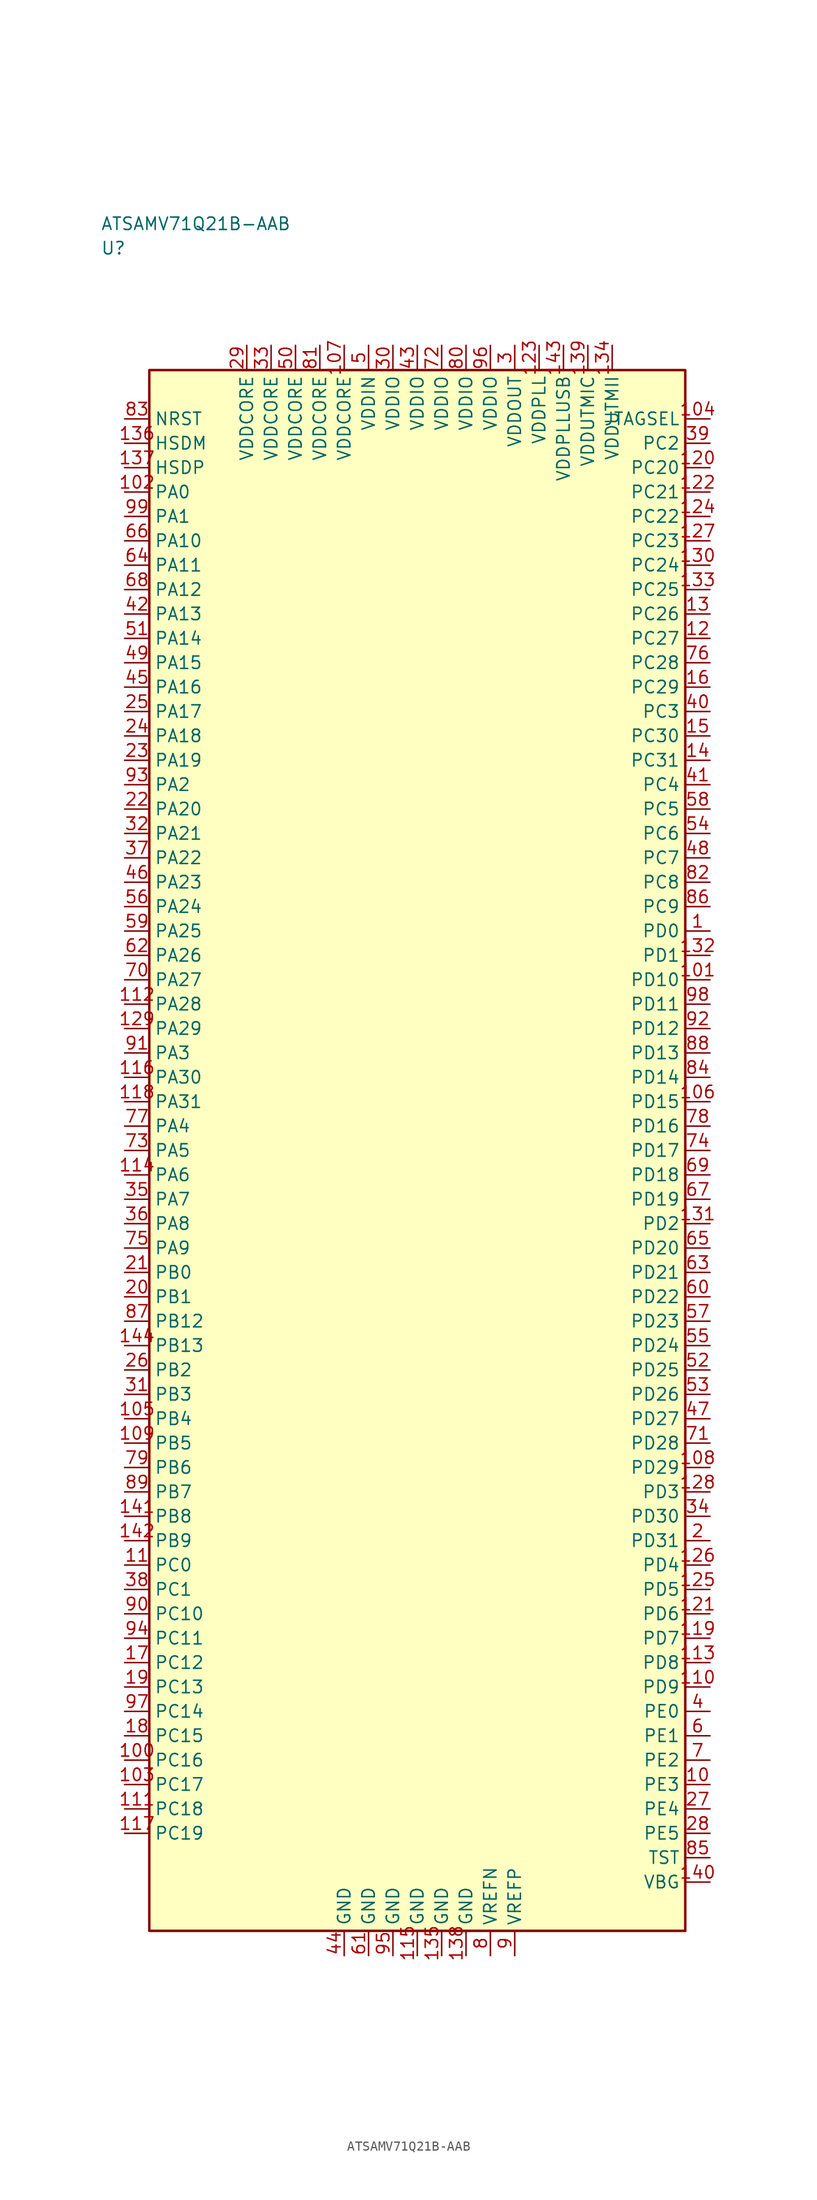
<source format=kicad_sym>
(kicad_symbol_lib
  (version 20241025)
  (generator "kicad_symbol_editor")
  (generator_version "8.0")
  (symbol "ATSAMV71Q21B-AAB"
    (property "Reference" "U"
      (at -32.5 92.5 0)
      (effects (font (size 1.27 1.27)) (justify left)))
    (property "Value" "ATSAMV71Q21B-AAB"
      (at -32.5 95.0 0)
      (effects (font (size 1.27 1.27)) (justify left)))
    (symbol "ATSAMV71Q21B-AAB_0_1"
      (rectangle (start -27.5 80.0) (end 27.5 -80.0) (stroke (width 0.254) (type default)) (fill (type background))))
    (symbol "ATSAMV71Q21B-AAB_1_1"
      (pin bidirectional line (at -30.04 67.5 0.0) (length 2.54) (name "PA0" (effects (font (size 1.27 1.27)))) (number "102" (effects (font (size 1.27 1.27)))))
      (pin bidirectional line (at -30.04 65.0 0.0) (length 2.54) (name "PA1" (effects (font (size 1.27 1.27)))) (number "99" (effects (font (size 1.27 1.27)))))
      (pin bidirectional line (at -30.04 37.5 0.0) (length 2.54) (name "PA2" (effects (font (size 1.27 1.27)))) (number "93" (effects (font (size 1.27 1.27)))))
      (pin bidirectional line (at -30.04 10.0 0.0) (length 2.54) (name "PA3" (effects (font (size 1.27 1.27)))) (number "91" (effects (font (size 1.27 1.27)))))
      (pin bidirectional line (at -30.04 2.5 0.0) (length 2.54) (name "PA4" (effects (font (size 1.27 1.27)))) (number "77" (effects (font (size 1.27 1.27)))))
      (pin bidirectional line (at -30.04 0.0 0.0) (length 2.54) (name "PA5" (effects (font (size 1.27 1.27)))) (number "73" (effects (font (size 1.27 1.27)))))
      (pin bidirectional line (at -30.04 -2.5 0.0) (length 2.54) (name "PA6" (effects (font (size 1.27 1.27)))) (number "114" (effects (font (size 1.27 1.27)))))
      (pin bidirectional line (at -30.04 -5.0 0.0) (length 2.54) (name "PA7" (effects (font (size 1.27 1.27)))) (number "35" (effects (font (size 1.27 1.27)))))
      (pin bidirectional line (at -30.04 -7.5 0.0) (length 2.54) (name "PA8" (effects (font (size 1.27 1.27)))) (number "36" (effects (font (size 1.27 1.27)))))
      (pin bidirectional line (at -30.04 -10.0 0.0) (length 2.54) (name "PA9" (effects (font (size 1.27 1.27)))) (number "75" (effects (font (size 1.27 1.27)))))
      (pin bidirectional line (at -30.04 62.5 0.0) (length 2.54) (name "PA10" (effects (font (size 1.27 1.27)))) (number "66" (effects (font (size 1.27 1.27)))))
      (pin bidirectional line (at -30.04 60.0 0.0) (length 2.54) (name "PA11" (effects (font (size 1.27 1.27)))) (number "64" (effects (font (size 1.27 1.27)))))
      (pin bidirectional line (at -30.04 57.5 0.0) (length 2.54) (name "PA12" (effects (font (size 1.27 1.27)))) (number "68" (effects (font (size 1.27 1.27)))))
      (pin bidirectional line (at -30.04 55.0 0.0) (length 2.54) (name "PA13" (effects (font (size 1.27 1.27)))) (number "42" (effects (font (size 1.27 1.27)))))
      (pin bidirectional line (at -30.04 52.5 0.0) (length 2.54) (name "PA14" (effects (font (size 1.27 1.27)))) (number "51" (effects (font (size 1.27 1.27)))))
      (pin bidirectional line (at -30.04 50.0 0.0) (length 2.54) (name "PA15" (effects (font (size 1.27 1.27)))) (number "49" (effects (font (size 1.27 1.27)))))
      (pin bidirectional line (at -30.04 47.5 0.0) (length 2.54) (name "PA16" (effects (font (size 1.27 1.27)))) (number "45" (effects (font (size 1.27 1.27)))))
      (pin bidirectional line (at -30.04 45.0 0.0) (length 2.54) (name "PA17" (effects (font (size 1.27 1.27)))) (number "25" (effects (font (size 1.27 1.27)))))
      (pin bidirectional line (at -30.04 42.5 0.0) (length 2.54) (name "PA18" (effects (font (size 1.27 1.27)))) (number "24" (effects (font (size 1.27 1.27)))))
      (pin bidirectional line (at -30.04 40.0 0.0) (length 2.54) (name "PA19" (effects (font (size 1.27 1.27)))) (number "23" (effects (font (size 1.27 1.27)))))
      (pin bidirectional line (at -30.04 35.0 0.0) (length 2.54) (name "PA20" (effects (font (size 1.27 1.27)))) (number "22" (effects (font (size 1.27 1.27)))))
      (pin bidirectional line (at -30.04 32.5 0.0) (length 2.54) (name "PA21" (effects (font (size 1.27 1.27)))) (number "32" (effects (font (size 1.27 1.27)))))
      (pin bidirectional line (at -30.04 30.0 0.0) (length 2.54) (name "PA22" (effects (font (size 1.27 1.27)))) (number "37" (effects (font (size 1.27 1.27)))))
      (pin bidirectional line (at -30.04 27.5 0.0) (length 2.54) (name "PA23" (effects (font (size 1.27 1.27)))) (number "46" (effects (font (size 1.27 1.27)))))
      (pin bidirectional line (at -30.04 25.0 0.0) (length 2.54) (name "PA24" (effects (font (size 1.27 1.27)))) (number "56" (effects (font (size 1.27 1.27)))))
      (pin bidirectional line (at -30.04 22.5 0.0) (length 2.54) (name "PA25" (effects (font (size 1.27 1.27)))) (number "59" (effects (font (size 1.27 1.27)))))
      (pin bidirectional line (at -30.04 20.0 0.0) (length 2.54) (name "PA26" (effects (font (size 1.27 1.27)))) (number "62" (effects (font (size 1.27 1.27)))))
      (pin bidirectional line (at -30.04 17.5 0.0) (length 2.54) (name "PA27" (effects (font (size 1.27 1.27)))) (number "70" (effects (font (size 1.27 1.27)))))
      (pin bidirectional line (at -30.04 15.0 0.0) (length 2.54) (name "PA28" (effects (font (size 1.27 1.27)))) (number "112" (effects (font (size 1.27 1.27)))))
      (pin bidirectional line (at -30.04 12.5 0.0) (length 2.54) (name "PA29" (effects (font (size 1.27 1.27)))) (number "129" (effects (font (size 1.27 1.27)))))
      (pin bidirectional line (at -30.04 7.5 0.0) (length 2.54) (name "PA30" (effects (font (size 1.27 1.27)))) (number "116" (effects (font (size 1.27 1.27)))))
      (pin bidirectional line (at -30.04 5.0 0.0) (length 2.54) (name "PA31" (effects (font (size 1.27 1.27)))) (number "118" (effects (font (size 1.27 1.27)))))
      (pin bidirectional line (at -30.04 -12.5 0.0) (length 2.54) (name "PB0" (effects (font (size 1.27 1.27)))) (number "21" (effects (font (size 1.27 1.27)))))
      (pin bidirectional line (at -30.04 -15.0 0.0) (length 2.54) (name "PB1" (effects (font (size 1.27 1.27)))) (number "20" (effects (font (size 1.27 1.27)))))
      (pin bidirectional line (at -30.04 -22.5 0.0) (length 2.54) (name "PB2" (effects (font (size 1.27 1.27)))) (number "26" (effects (font (size 1.27 1.27)))))
      (pin bidirectional line (at -30.04 -25.0 0.0) (length 2.54) (name "PB3" (effects (font (size 1.27 1.27)))) (number "31" (effects (font (size 1.27 1.27)))))
      (pin bidirectional line (at -30.04 -27.5 0.0) (length 2.54) (name "PB4" (effects (font (size 1.27 1.27)))) (number "105" (effects (font (size 1.27 1.27)))))
      (pin bidirectional line (at -30.04 -30.0 0.0) (length 2.54) (name "PB5" (effects (font (size 1.27 1.27)))) (number "109" (effects (font (size 1.27 1.27)))))
      (pin bidirectional line (at -30.04 -32.5 0.0) (length 2.54) (name "PB6" (effects (font (size 1.27 1.27)))) (number "79" (effects (font (size 1.27 1.27)))))
      (pin bidirectional line (at -30.04 -35.0 0.0) (length 2.54) (name "PB7" (effects (font (size 1.27 1.27)))) (number "89" (effects (font (size 1.27 1.27)))))
      (pin bidirectional line (at -30.04 -37.5 0.0) (length 2.54) (name "PB8" (effects (font (size 1.27 1.27)))) (number "141" (effects (font (size 1.27 1.27)))))
      (pin bidirectional line (at -30.04 -40.0 0.0) (length 2.54) (name "PB9" (effects (font (size 1.27 1.27)))) (number "142" (effects (font (size 1.27 1.27)))))
      (pin bidirectional line (at -30.04 -17.5 0.0) (length 2.54) (name "PB12" (effects (font (size 1.27 1.27)))) (number "87" (effects (font (size 1.27 1.27)))))
      (pin bidirectional line (at -30.04 -20.0 0.0) (length 2.54) (name "PB13" (effects (font (size 1.27 1.27)))) (number "144" (effects (font (size 1.27 1.27)))))
      (pin bidirectional line (at -30.04 -42.5 0.0) (length 2.54) (name "PC0" (effects (font (size 1.27 1.27)))) (number "11" (effects (font (size 1.27 1.27)))))
      (pin bidirectional line (at -30.04 -45.0 0.0) (length 2.54) (name "PC1" (effects (font (size 1.27 1.27)))) (number "38" (effects (font (size 1.27 1.27)))))
      (pin bidirectional line (at 30.04 72.5 180.0) (length 2.54) (name "PC2" (effects (font (size 1.27 1.27)))) (number "39" (effects (font (size 1.27 1.27)))))
      (pin bidirectional line (at 30.04 45.0 180.0) (length 2.54) (name "PC3" (effects (font (size 1.27 1.27)))) (number "40" (effects (font (size 1.27 1.27)))))
      (pin bidirectional line (at 30.04 37.5 180.0) (length 2.54) (name "PC4" (effects (font (size 1.27 1.27)))) (number "41" (effects (font (size 1.27 1.27)))))
      (pin bidirectional line (at 30.04 35.0 180.0) (length 2.54) (name "PC5" (effects (font (size 1.27 1.27)))) (number "58" (effects (font (size 1.27 1.27)))))
      (pin bidirectional line (at 30.04 32.5 180.0) (length 2.54) (name "PC6" (effects (font (size 1.27 1.27)))) (number "54" (effects (font (size 1.27 1.27)))))
      (pin bidirectional line (at 30.04 30.0 180.0) (length 2.54) (name "PC7" (effects (font (size 1.27 1.27)))) (number "48" (effects (font (size 1.27 1.27)))))
      (pin bidirectional line (at 30.04 27.5 180.0) (length 2.54) (name "PC8" (effects (font (size 1.27 1.27)))) (number "82" (effects (font (size 1.27 1.27)))))
      (pin bidirectional line (at 30.04 25.0 180.0) (length 2.54) (name "PC9" (effects (font (size 1.27 1.27)))) (number "86" (effects (font (size 1.27 1.27)))))
      (pin bidirectional line (at -30.04 -47.5 0.0) (length 2.54) (name "PC10" (effects (font (size 1.27 1.27)))) (number "90" (effects (font (size 1.27 1.27)))))
      (pin bidirectional line (at -30.04 -50.0 0.0) (length 2.54) (name "PC11" (effects (font (size 1.27 1.27)))) (number "94" (effects (font (size 1.27 1.27)))))
      (pin bidirectional line (at -30.04 -52.5 0.0) (length 2.54) (name "PC12" (effects (font (size 1.27 1.27)))) (number "17" (effects (font (size 1.27 1.27)))))
      (pin bidirectional line (at -30.04 -55.0 0.0) (length 2.54) (name "PC13" (effects (font (size 1.27 1.27)))) (number "19" (effects (font (size 1.27 1.27)))))
      (pin bidirectional line (at -30.04 -57.5 0.0) (length 2.54) (name "PC14" (effects (font (size 1.27 1.27)))) (number "97" (effects (font (size 1.27 1.27)))))
      (pin bidirectional line (at -30.04 -60.0 0.0) (length 2.54) (name "PC15" (effects (font (size 1.27 1.27)))) (number "18" (effects (font (size 1.27 1.27)))))
      (pin bidirectional line (at -30.04 -62.5 0.0) (length 2.54) (name "PC16" (effects (font (size 1.27 1.27)))) (number "100" (effects (font (size 1.27 1.27)))))
      (pin bidirectional line (at -30.04 -65.0 0.0) (length 2.54) (name "PC17" (effects (font (size 1.27 1.27)))) (number "103" (effects (font (size 1.27 1.27)))))
      (pin bidirectional line (at -30.04 -67.5 0.0) (length 2.54) (name "PC18" (effects (font (size 1.27 1.27)))) (number "111" (effects (font (size 1.27 1.27)))))
      (pin bidirectional line (at -30.04 -70.0 0.0) (length 2.54) (name "PC19" (effects (font (size 1.27 1.27)))) (number "117" (effects (font (size 1.27 1.27)))))
      (pin bidirectional line (at 30.04 70.0 180.0) (length 2.54) (name "PC20" (effects (font (size 1.27 1.27)))) (number "120" (effects (font (size 1.27 1.27)))))
      (pin bidirectional line (at 30.04 67.5 180.0) (length 2.54) (name "PC21" (effects (font (size 1.27 1.27)))) (number "122" (effects (font (size 1.27 1.27)))))
      (pin bidirectional line (at 30.04 65.0 180.0) (length 2.54) (name "PC22" (effects (font (size 1.27 1.27)))) (number "124" (effects (font (size 1.27 1.27)))))
      (pin bidirectional line (at 30.04 62.5 180.0) (length 2.54) (name "PC23" (effects (font (size 1.27 1.27)))) (number "127" (effects (font (size 1.27 1.27)))))
      (pin bidirectional line (at 30.04 60.0 180.0) (length 2.54) (name "PC24" (effects (font (size 1.27 1.27)))) (number "130" (effects (font (size 1.27 1.27)))))
      (pin bidirectional line (at 30.04 57.5 180.0) (length 2.54) (name "PC25" (effects (font (size 1.27 1.27)))) (number "133" (effects (font (size 1.27 1.27)))))
      (pin bidirectional line (at 30.04 55.0 180.0) (length 2.54) (name "PC26" (effects (font (size 1.27 1.27)))) (number "13" (effects (font (size 1.27 1.27)))))
      (pin bidirectional line (at 30.04 52.5 180.0) (length 2.54) (name "PC27" (effects (font (size 1.27 1.27)))) (number "12" (effects (font (size 1.27 1.27)))))
      (pin bidirectional line (at 30.04 50.0 180.0) (length 2.54) (name "PC28" (effects (font (size 1.27 1.27)))) (number "76" (effects (font (size 1.27 1.27)))))
      (pin bidirectional line (at 30.04 47.5 180.0) (length 2.54) (name "PC29" (effects (font (size 1.27 1.27)))) (number "16" (effects (font (size 1.27 1.27)))))
      (pin bidirectional line (at 30.04 42.5 180.0) (length 2.54) (name "PC30" (effects (font (size 1.27 1.27)))) (number "15" (effects (font (size 1.27 1.27)))))
      (pin bidirectional line (at 30.04 40.0 180.0) (length 2.54) (name "PC31" (effects (font (size 1.27 1.27)))) (number "14" (effects (font (size 1.27 1.27)))))
      (pin bidirectional line (at 30.04 22.5 180.0) (length 2.54) (name "PD0" (effects (font (size 1.27 1.27)))) (number "1" (effects (font (size 1.27 1.27)))))
      (pin bidirectional line (at 30.04 20.0 180.0) (length 2.54) (name "PD1" (effects (font (size 1.27 1.27)))) (number "132" (effects (font (size 1.27 1.27)))))
      (pin bidirectional line (at 30.04 -7.5 180.0) (length 2.54) (name "PD2" (effects (font (size 1.27 1.27)))) (number "131" (effects (font (size 1.27 1.27)))))
      (pin bidirectional line (at 30.04 -35.0 180.0) (length 2.54) (name "PD3" (effects (font (size 1.27 1.27)))) (number "128" (effects (font (size 1.27 1.27)))))
      (pin bidirectional line (at 30.04 -42.5 180.0) (length 2.54) (name "PD4" (effects (font (size 1.27 1.27)))) (number "126" (effects (font (size 1.27 1.27)))))
      (pin bidirectional line (at 30.04 -45.0 180.0) (length 2.54) (name "PD5" (effects (font (size 1.27 1.27)))) (number "125" (effects (font (size 1.27 1.27)))))
      (pin bidirectional line (at 30.04 -47.5 180.0) (length 2.54) (name "PD6" (effects (font (size 1.27 1.27)))) (number "121" (effects (font (size 1.27 1.27)))))
      (pin bidirectional line (at 30.04 -50.0 180.0) (length 2.54) (name "PD7" (effects (font (size 1.27 1.27)))) (number "119" (effects (font (size 1.27 1.27)))))
      (pin bidirectional line (at 30.04 -52.5 180.0) (length 2.54) (name "PD8" (effects (font (size 1.27 1.27)))) (number "113" (effects (font (size 1.27 1.27)))))
      (pin bidirectional line (at 30.04 -55.0 180.0) (length 2.54) (name "PD9" (effects (font (size 1.27 1.27)))) (number "110" (effects (font (size 1.27 1.27)))))
      (pin bidirectional line (at 30.04 17.5 180.0) (length 2.54) (name "PD10" (effects (font (size 1.27 1.27)))) (number "101" (effects (font (size 1.27 1.27)))))
      (pin bidirectional line (at 30.04 15.0 180.0) (length 2.54) (name "PD11" (effects (font (size 1.27 1.27)))) (number "98" (effects (font (size 1.27 1.27)))))
      (pin bidirectional line (at 30.04 12.5 180.0) (length 2.54) (name "PD12" (effects (font (size 1.27 1.27)))) (number "92" (effects (font (size 1.27 1.27)))))
      (pin bidirectional line (at 30.04 10.0 180.0) (length 2.54) (name "PD13" (effects (font (size 1.27 1.27)))) (number "88" (effects (font (size 1.27 1.27)))))
      (pin bidirectional line (at 30.04 7.5 180.0) (length 2.54) (name "PD14" (effects (font (size 1.27 1.27)))) (number "84" (effects (font (size 1.27 1.27)))))
      (pin bidirectional line (at 30.04 5.0 180.0) (length 2.54) (name "PD15" (effects (font (size 1.27 1.27)))) (number "106" (effects (font (size 1.27 1.27)))))
      (pin bidirectional line (at 30.04 2.5 180.0) (length 2.54) (name "PD16" (effects (font (size 1.27 1.27)))) (number "78" (effects (font (size 1.27 1.27)))))
      (pin bidirectional line (at 30.04 0.0 180.0) (length 2.54) (name "PD17" (effects (font (size 1.27 1.27)))) (number "74" (effects (font (size 1.27 1.27)))))
      (pin bidirectional line (at 30.04 -2.5 180.0) (length 2.54) (name "PD18" (effects (font (size 1.27 1.27)))) (number "69" (effects (font (size 1.27 1.27)))))
      (pin bidirectional line (at 30.04 -5.0 180.0) (length 2.54) (name "PD19" (effects (font (size 1.27 1.27)))) (number "67" (effects (font (size 1.27 1.27)))))
      (pin bidirectional line (at 30.04 -10.0 180.0) (length 2.54) (name "PD20" (effects (font (size 1.27 1.27)))) (number "65" (effects (font (size 1.27 1.27)))))
      (pin bidirectional line (at 30.04 -12.5 180.0) (length 2.54) (name "PD21" (effects (font (size 1.27 1.27)))) (number "63" (effects (font (size 1.27 1.27)))))
      (pin bidirectional line (at 30.04 -15.0 180.0) (length 2.54) (name "PD22" (effects (font (size 1.27 1.27)))) (number "60" (effects (font (size 1.27 1.27)))))
      (pin bidirectional line (at 30.04 -17.5 180.0) (length 2.54) (name "PD23" (effects (font (size 1.27 1.27)))) (number "57" (effects (font (size 1.27 1.27)))))
      (pin bidirectional line (at 30.04 -20.0 180.0) (length 2.54) (name "PD24" (effects (font (size 1.27 1.27)))) (number "55" (effects (font (size 1.27 1.27)))))
      (pin bidirectional line (at 30.04 -22.5 180.0) (length 2.54) (name "PD25" (effects (font (size 1.27 1.27)))) (number "52" (effects (font (size 1.27 1.27)))))
      (pin bidirectional line (at 30.04 -25.0 180.0) (length 2.54) (name "PD26" (effects (font (size 1.27 1.27)))) (number "53" (effects (font (size 1.27 1.27)))))
      (pin bidirectional line (at 30.04 -27.5 180.0) (length 2.54) (name "PD27" (effects (font (size 1.27 1.27)))) (number "47" (effects (font (size 1.27 1.27)))))
      (pin bidirectional line (at 30.04 -30.0 180.0) (length 2.54) (name "PD28" (effects (font (size 1.27 1.27)))) (number "71" (effects (font (size 1.27 1.27)))))
      (pin bidirectional line (at 30.04 -32.5 180.0) (length 2.54) (name "PD29" (effects (font (size 1.27 1.27)))) (number "108" (effects (font (size 1.27 1.27)))))
      (pin bidirectional line (at 30.04 -37.5 180.0) (length 2.54) (name "PD30" (effects (font (size 1.27 1.27)))) (number "34" (effects (font (size 1.27 1.27)))))
      (pin bidirectional line (at 30.04 -40.0 180.0) (length 2.54) (name "PD31" (effects (font (size 1.27 1.27)))) (number "2" (effects (font (size 1.27 1.27)))))
      (pin bidirectional line (at 30.04 -57.5 180.0) (length 2.54) (name "PE0" (effects (font (size 1.27 1.27)))) (number "4" (effects (font (size 1.27 1.27)))))
      (pin bidirectional line (at 30.04 -60.0 180.0) (length 2.54) (name "PE1" (effects (font (size 1.27 1.27)))) (number "6" (effects (font (size 1.27 1.27)))))
      (pin bidirectional line (at 30.04 -62.5 180.0) (length 2.54) (name "PE2" (effects (font (size 1.27 1.27)))) (number "7" (effects (font (size 1.27 1.27)))))
      (pin bidirectional line (at 30.04 -65.0 180.0) (length 2.54) (name "PE3" (effects (font (size 1.27 1.27)))) (number "10" (effects (font (size 1.27 1.27)))))
      (pin bidirectional line (at 30.04 -67.5 180.0) (length 2.54) (name "PE4" (effects (font (size 1.27 1.27)))) (number "27" (effects (font (size 1.27 1.27)))))
      (pin bidirectional line (at 30.04 -70.0 180.0) (length 2.54) (name "PE5" (effects (font (size 1.27 1.27)))) (number "28" (effects (font (size 1.27 1.27)))))
      (pin power_in line (at 10.0 82.54 270.0) (length 2.54) (name "VDDOUT" (effects (font (size 1.27 1.27)))) (number "3" (effects (font (size 1.27 1.27)))))
      (pin power_in line (at -5.0 82.54 270.0) (length 2.54) (name "VDDIN" (effects (font (size 1.27 1.27)))) (number "5" (effects (font (size 1.27 1.27)))))
      (pin passive line (at 7.5 -82.54 90.0) (length 2.54) (name "VREFN" (effects (font (size 1.27 1.27)))) (number "8" (effects (font (size 1.27 1.27)))))
      (pin passive line (at 10.0 -82.54 90.0) (length 2.54) (name "VREFP" (effects (font (size 1.27 1.27)))) (number "9" (effects (font (size 1.27 1.27)))))
      (pin input line (at -30.04 75.0 0.0) (length 2.54) (name "NRST" (effects (font (size 1.27 1.27)))) (number "83" (effects (font (size 1.27 1.27)))))
      (pin bidirectional line (at 30.04 -72.5 180.0) (length 2.54) (name "TST" (effects (font (size 1.27 1.27)))) (number "85" (effects (font (size 1.27 1.27)))))
      (pin power_in line (at -2.5 82.54 270.0) (length 2.54) (name "VDDIO" (effects (font (size 1.27 1.27)))) (number "30" (effects (font (size 1.27 1.27)))))
      (pin power_in line (at 0.0 82.54 270.0) (length 2.54) (name "VDDIO" (effects (font (size 1.27 1.27)))) (number "43" (effects (font (size 1.27 1.27)))))
      (pin power_in line (at 2.5 82.54 270.0) (length 2.54) (name "VDDIO" (effects (font (size 1.27 1.27)))) (number "72" (effects (font (size 1.27 1.27)))))
      (pin power_in line (at 5.0 82.54 270.0) (length 2.54) (name "VDDIO" (effects (font (size 1.27 1.27)))) (number "80" (effects (font (size 1.27 1.27)))))
      (pin power_in line (at 7.5 82.54 270.0) (length 2.54) (name "VDDIO" (effects (font (size 1.27 1.27)))) (number "96" (effects (font (size 1.27 1.27)))))
      (pin output line (at 30.04 75.0 180.0) (length 2.54) (name "JTAGSEL" (effects (font (size 1.27 1.27)))) (number "104" (effects (font (size 1.27 1.27)))))
      (pin power_in line (at -17.5 82.54 270.0) (length 2.54) (name "VDDCORE" (effects (font (size 1.27 1.27)))) (number "29" (effects (font (size 1.27 1.27)))))
      (pin power_in line (at -15.0 82.54 270.0) (length 2.54) (name "VDDCORE" (effects (font (size 1.27 1.27)))) (number "33" (effects (font (size 1.27 1.27)))))
      (pin power_in line (at -12.5 82.54 270.0) (length 2.54) (name "VDDCORE" (effects (font (size 1.27 1.27)))) (number "50" (effects (font (size 1.27 1.27)))))
      (pin power_in line (at -10.0 82.54 270.0) (length 2.54) (name "VDDCORE" (effects (font (size 1.27 1.27)))) (number "81" (effects (font (size 1.27 1.27)))))
      (pin power_in line (at -7.5 82.54 270.0) (length 2.54) (name "VDDCORE" (effects (font (size 1.27 1.27)))) (number "107" (effects (font (size 1.27 1.27)))))
      (pin power_in line (at 12.5 82.54 270.0) (length 2.54) (name "VDDPLL" (effects (font (size 1.27 1.27)))) (number "123" (effects (font (size 1.27 1.27)))))
      (pin power_in line (at 20.0 82.54 270.0) (length 2.54) (name "VDDUTMII" (effects (font (size 1.27 1.27)))) (number "134" (effects (font (size 1.27 1.27)))))
      (pin bidirectional line (at -30.04 72.5 0.0) (length 2.54) (name "HSDM" (effects (font (size 1.27 1.27)))) (number "136" (effects (font (size 1.27 1.27)))))
      (pin bidirectional line (at -30.04 70.0 0.0) (length 2.54) (name "HSDP" (effects (font (size 1.27 1.27)))) (number "137" (effects (font (size 1.27 1.27)))))
      (pin passive line (at -7.5 -82.54 90.0) (length 2.54) (name "GND" (effects (font (size 1.27 1.27)))) (number "44" (effects (font (size 1.27 1.27)))))
      (pin passive line (at -5.0 -82.54 90.0) (length 2.54) (name "GND" (effects (font (size 1.27 1.27)))) (number "61" (effects (font (size 1.27 1.27)))))
      (pin passive line (at -2.5 -82.54 90.0) (length 2.54) (name "GND" (effects (font (size 1.27 1.27)))) (number "95" (effects (font (size 1.27 1.27)))))
      (pin passive line (at 0.0 -82.54 90.0) (length 2.54) (name "GND" (effects (font (size 1.27 1.27)))) (number "115" (effects (font (size 1.27 1.27)))))
      (pin passive line (at 2.5 -82.54 90.0) (length 2.54) (name "GND" (effects (font (size 1.27 1.27)))) (number "135" (effects (font (size 1.27 1.27)))))
      (pin passive line (at 5.0 -82.54 90.0) (length 2.54) (name "GND" (effects (font (size 1.27 1.27)))) (number "138" (effects (font (size 1.27 1.27)))))
      (pin power_in line (at 17.5 82.54 270.0) (length 2.54) (name "VDDUTMIC" (effects (font (size 1.27 1.27)))) (number "139" (effects (font (size 1.27 1.27)))))
      (pin bidirectional line (at 30.04 -75.0 180.0) (length 2.54) (name "VBG" (effects (font (size 1.27 1.27)))) (number "140" (effects (font (size 1.27 1.27)))))
      (pin power_in line (at 15.0 82.54 270.0) (length 2.54) (name "VDDPLLUSB" (effects (font (size 1.27 1.27)))) (number "143" (effects (font (size 1.27 1.27))))))))
</source>
